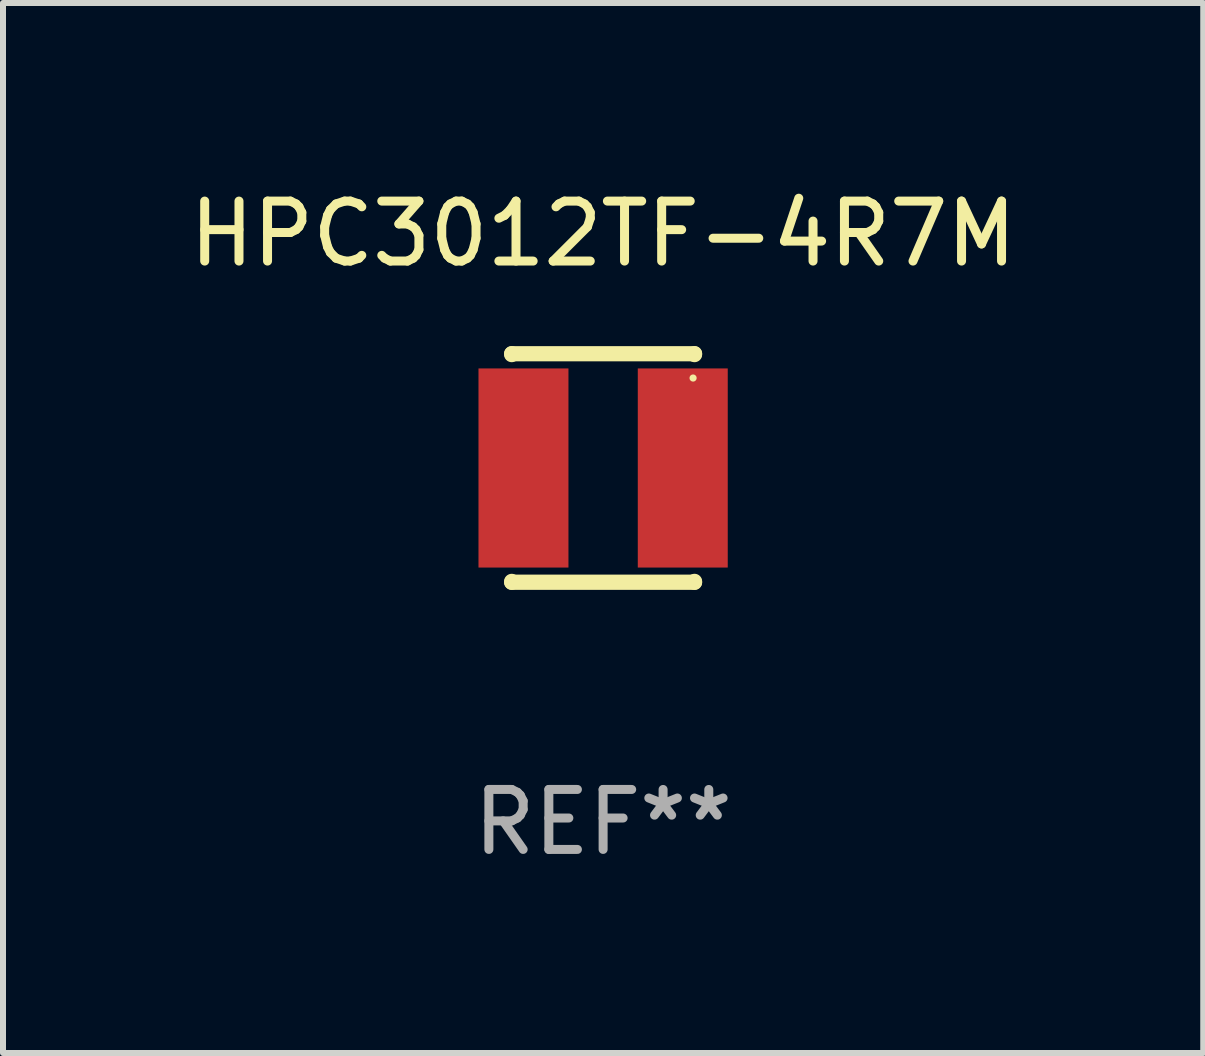
<source format=kicad_pcb>
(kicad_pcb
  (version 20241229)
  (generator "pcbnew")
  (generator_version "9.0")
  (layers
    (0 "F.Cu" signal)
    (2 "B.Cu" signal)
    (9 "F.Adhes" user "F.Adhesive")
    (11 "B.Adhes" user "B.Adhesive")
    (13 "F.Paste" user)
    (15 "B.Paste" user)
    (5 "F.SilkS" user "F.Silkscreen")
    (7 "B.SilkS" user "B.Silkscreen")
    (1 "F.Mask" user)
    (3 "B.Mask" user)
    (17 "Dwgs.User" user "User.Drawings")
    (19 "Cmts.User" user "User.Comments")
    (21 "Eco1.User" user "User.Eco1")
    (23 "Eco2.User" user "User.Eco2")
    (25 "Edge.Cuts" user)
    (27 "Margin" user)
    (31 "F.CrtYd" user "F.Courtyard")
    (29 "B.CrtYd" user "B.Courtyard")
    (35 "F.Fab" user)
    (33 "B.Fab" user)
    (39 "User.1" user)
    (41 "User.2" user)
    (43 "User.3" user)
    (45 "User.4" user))
  (footprint "HPC3012TF-4R7M"
    (layer "F.Cu")
    (at 7.006 4.753)
    (property "Reference" "HPC3012TF-4R7M" (at 0 -3.905 0) (layer "F.SilkS") (effects (font (size 1 1) (thickness 0.15))))
    (attr through_hole)
    (fp_line (start -1.524 -1.905) (end 1.524 -1.905) (stroke (width 0.254) (type solid)) (layer "F.SilkS"))
    (fp_line (start -1.524 -1.891) (end -1.524 -1.905) (stroke (width 0.254) (type solid)) (layer "F.SilkS"))
    (fp_line (start -1.524 1.905) (end -1.524 1.891) (stroke (width 0.254) (type solid)) (layer "F.SilkS"))
    (fp_line (start -1.524 1.905) (end 1.524 1.905) (stroke (width 0.254) (type solid)) (layer "F.SilkS"))
    (fp_line (start 1.524 -1.905) (end 1.524 -1.891) (stroke (width 0.254) (type solid)) (layer "F.SilkS"))
    (fp_line (start 1.524 1.891) (end 1.524 1.905) (stroke (width 0.254) (type solid)) (layer "F.SilkS"))
    (fp_circle (center 1.5 -1.5) (end 1.53 -1.5) (stroke (width 0.06) (type solid)) (fill no) (layer "F.SilkS"))
    (fp_text user "REF**" (at 0 5.905 0) (layer "F.Fab") (effects (font (size 1 1) (thickness 0.15))))
    (pad "1" smd rect (at 1.328 0) (size 1.5 3.32) (layers "F.Cu" "F.Mask" "F.Paste"))
    (pad "2" smd rect (at -1.328 0) (size 1.5 3.32) (layers "F.Cu" "F.Mask" "F.Paste")))
  (gr_rect
    (start -3 -3)
    (end 17.012 14.507)
    (stroke (width 0.1) (type default))
    (fill no)
    (layer "Edge.Cuts")))
</source>
